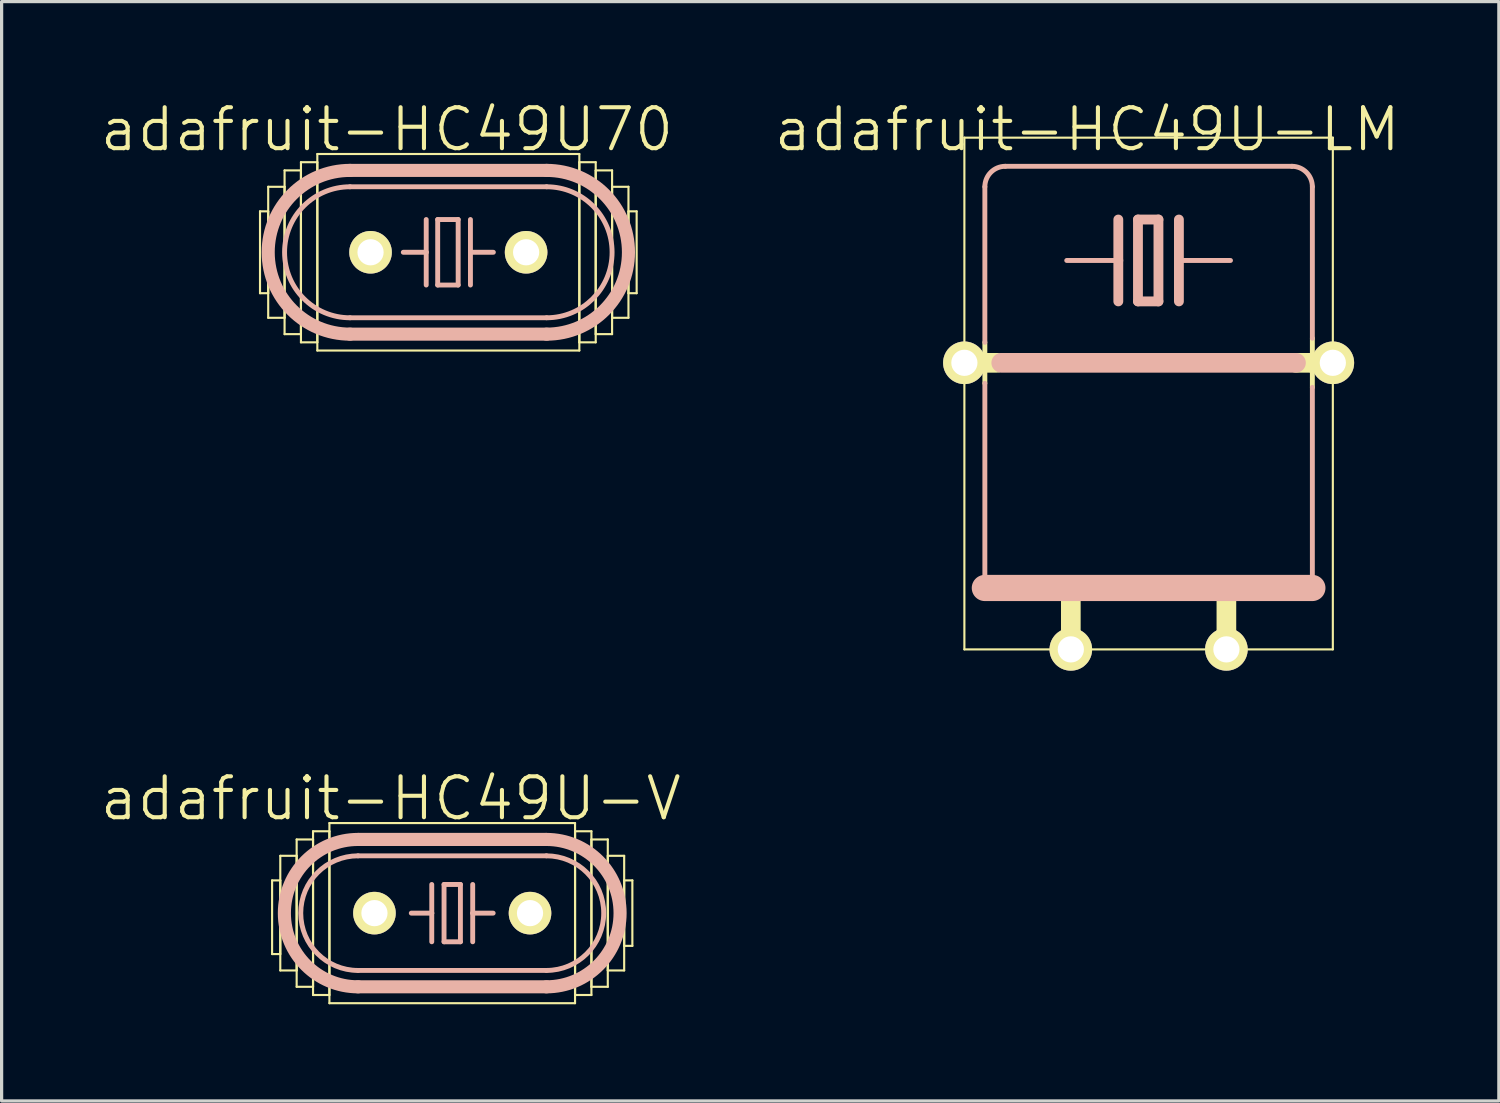
<source format=kicad_pcb>
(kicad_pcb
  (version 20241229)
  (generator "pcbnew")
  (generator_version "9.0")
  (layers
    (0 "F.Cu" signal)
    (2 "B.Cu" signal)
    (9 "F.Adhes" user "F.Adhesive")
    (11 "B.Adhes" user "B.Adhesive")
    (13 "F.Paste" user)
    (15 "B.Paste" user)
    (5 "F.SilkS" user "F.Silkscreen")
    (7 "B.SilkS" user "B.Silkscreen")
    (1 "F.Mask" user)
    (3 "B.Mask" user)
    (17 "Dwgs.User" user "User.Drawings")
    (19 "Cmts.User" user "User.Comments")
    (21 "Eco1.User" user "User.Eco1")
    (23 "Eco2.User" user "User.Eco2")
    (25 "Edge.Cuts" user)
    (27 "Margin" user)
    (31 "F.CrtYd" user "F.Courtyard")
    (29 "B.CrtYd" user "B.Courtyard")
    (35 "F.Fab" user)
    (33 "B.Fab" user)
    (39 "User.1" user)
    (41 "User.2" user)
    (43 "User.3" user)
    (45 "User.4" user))
  (footprint "adafruit-HC49U-V"
    (layer "F.Cu")
    (at 10.979 25.277)
    (property "Reference" "adafruit-HC49U-V" (at -1.905 -3.556 0) (layer "F.SilkS") (effects (font (size 1.27 1.27) (thickness 0.127))))
    (attr exclude_from_pos_files exclude_from_bom)
    (fp_line (start -5.588 -1.016) (end -5.334 -1.016) (stroke (width 0.066) (type solid)) (layer "F.SilkS"))
    (fp_line (start -5.588 1.27) (end -5.588 -1.016) (stroke (width 0.066) (type solid)) (layer "F.SilkS"))
    (fp_line (start -5.588 1.27) (end -5.334 1.27) (stroke (width 0.066) (type solid)) (layer "F.SilkS"))
    (fp_line (start -5.334 -1.778) (end -4.826 -1.778) (stroke (width 0.066) (type solid)) (layer "F.SilkS"))
    (fp_line (start -5.334 1.27) (end -5.334 -1.016) (stroke (width 0.066) (type solid)) (layer "F.SilkS"))
    (fp_line (start -5.334 1.778) (end -5.334 -1.778) (stroke (width 0.066) (type solid)) (layer "F.SilkS"))
    (fp_line (start -5.334 1.778) (end -4.826 1.778) (stroke (width 0.066) (type solid)) (layer "F.SilkS"))
    (fp_line (start -4.826 -2.286) (end -4.318 -2.286) (stroke (width 0.066) (type solid)) (layer "F.SilkS"))
    (fp_line (start -4.826 1.778) (end -4.826 -1.778) (stroke (width 0.066) (type solid)) (layer "F.SilkS"))
    (fp_line (start -4.826 2.286) (end -4.826 -2.286) (stroke (width 0.066) (type solid)) (layer "F.SilkS"))
    (fp_line (start -4.826 2.286) (end -4.318 2.286) (stroke (width 0.066) (type solid)) (layer "F.SilkS"))
    (fp_line (start -4.318 -2.54) (end -3.81 -2.54) (stroke (width 0.066) (type solid)) (layer "F.SilkS"))
    (fp_line (start -4.318 2.286) (end -4.318 -2.286) (stroke (width 0.066) (type solid)) (layer "F.SilkS"))
    (fp_line (start -4.318 2.54) (end -4.318 -2.54) (stroke (width 0.066) (type solid)) (layer "F.SilkS"))
    (fp_line (start -4.318 2.54) (end -3.81 2.54) (stroke (width 0.066) (type solid)) (layer "F.SilkS"))
    (fp_line (start -3.81 -2.794) (end 3.81 -2.794) (stroke (width 0.066) (type solid)) (layer "F.SilkS"))
    (fp_line (start -3.81 2.54) (end -3.81 -2.54) (stroke (width 0.066) (type solid)) (layer "F.SilkS"))
    (fp_line (start -3.81 2.794) (end -3.81 -2.794) (stroke (width 0.066) (type solid)) (layer "F.SilkS"))
    (fp_line (start -3.81 2.794) (end 3.81 2.794) (stroke (width 0.066) (type solid)) (layer "F.SilkS"))
    (fp_line (start 3.81 -2.54) (end 4.318 -2.54) (stroke (width 0.066) (type solid)) (layer "F.SilkS"))
    (fp_line (start 3.81 2.54) (end 3.81 -2.54) (stroke (width 0.066) (type solid)) (layer "F.SilkS"))
    (fp_line (start 3.81 2.54) (end 4.318 2.54) (stroke (width 0.066) (type solid)) (layer "F.SilkS"))
    (fp_line (start 3.81 2.794) (end 3.81 -2.794) (stroke (width 0.066) (type solid)) (layer "F.SilkS"))
    (fp_line (start 4.318 -2.286) (end 4.826 -2.286) (stroke (width 0.066) (type solid)) (layer "F.SilkS"))
    (fp_line (start 4.318 2.286) (end 4.318 -2.286) (stroke (width 0.066) (type solid)) (layer "F.SilkS"))
    (fp_line (start 4.318 2.286) (end 4.826 2.286) (stroke (width 0.066) (type solid)) (layer "F.SilkS"))
    (fp_line (start 4.318 2.54) (end 4.318 -2.54) (stroke (width 0.066) (type solid)) (layer "F.SilkS"))
    (fp_line (start 4.826 -1.778) (end 5.334 -1.778) (stroke (width 0.066) (type solid)) (layer "F.SilkS"))
    (fp_line (start 4.826 1.778) (end 4.826 -1.778) (stroke (width 0.066) (type solid)) (layer "F.SilkS"))
    (fp_line (start 4.826 1.778) (end 5.334 1.778) (stroke (width 0.066) (type solid)) (layer "F.SilkS"))
    (fp_line (start 4.826 2.286) (end 4.826 -2.286) (stroke (width 0.066) (type solid)) (layer "F.SilkS"))
    (fp_line (start 5.334 -1.016) (end 5.588 -1.016) (stroke (width 0.066) (type solid)) (layer "F.SilkS"))
    (fp_line (start 5.334 1.016) (end 5.334 -1.016) (stroke (width 0.066) (type solid)) (layer "F.SilkS"))
    (fp_line (start 5.334 1.016) (end 5.588 1.016) (stroke (width 0.066) (type solid)) (layer "F.SilkS"))
    (fp_line (start 5.334 1.778) (end 5.334 -1.778) (stroke (width 0.066) (type solid)) (layer "F.SilkS"))
    (fp_line (start 5.588 1.016) (end 5.588 -1.016) (stroke (width 0.066) (type solid)) (layer "F.SilkS"))
    (fp_line (start -2.921 -2.286) (end 2.921 -2.286) (stroke (width 0.406) (type solid)) (layer "B.SilkS"))
    (fp_line (start -2.921 1.778) (end 2.921 1.778) (stroke (width 0.152) (type solid)) (layer "B.SilkS"))
    (fp_line (start -2.921 2.286) (end 2.921 2.286) (stroke (width 0.406) (type solid)) (layer "B.SilkS"))
    (fp_line (start -0.635 -0.889) (end -0.635 0) (stroke (width 0.152) (type solid)) (layer "B.SilkS"))
    (fp_line (start -0.635 0) (end -1.27 0) (stroke (width 0.152) (type solid)) (layer "B.SilkS"))
    (fp_line (start -0.635 0) (end -0.635 0.889) (stroke (width 0.152) (type solid)) (layer "B.SilkS"))
    (fp_line (start -0.254 -0.889) (end 0.254 -0.889) (stroke (width 0.152) (type solid)) (layer "B.SilkS"))
    (fp_line (start -0.254 0.889) (end -0.254 -0.889) (stroke (width 0.152) (type solid)) (layer "B.SilkS"))
    (fp_line (start 0.254 -0.889) (end 0.254 0.889) (stroke (width 0.152) (type solid)) (layer "B.SilkS"))
    (fp_line (start 0.254 0.889) (end -0.254 0.889) (stroke (width 0.152) (type solid)) (layer "B.SilkS"))
    (fp_line (start 0.635 -0.889) (end 0.635 0) (stroke (width 0.152) (type solid)) (layer "B.SilkS"))
    (fp_line (start 0.635 0) (end 0.635 0.889) (stroke (width 0.152) (type solid)) (layer "B.SilkS"))
    (fp_line (start 0.635 0) (end 1.27 0) (stroke (width 0.152) (type solid)) (layer "B.SilkS"))
    (fp_line (start 2.921 -1.778) (end -2.921 -1.778) (stroke (width 0.152) (type solid)) (layer "B.SilkS"))
    (fp_arc (start -2.921 1.778) (mid -4.699 0) (end -2.921 -1.778) (stroke (width 0.1524) (type solid)) (layer "B.SilkS"))
    (fp_arc (start -2.921 2.286) (mid -5.207 0) (end -2.921 -2.286) (stroke (width 0.4064) (type solid)) (layer "B.SilkS"))
    (fp_arc (start 2.921 -2.286) (mid 5.207 0) (end 2.921 2.286) (stroke (width 0.4064) (type solid)) (layer "B.SilkS"))
    (fp_arc (start 2.921 -1.778) (mid 4.699 0) (end 2.921 1.778) (stroke (width 0.1524) (type solid)) (layer "B.SilkS"))
    (pad "1" thru_hole circle (at -2.413 0) (size 1.321 1.321) (drill 0.813) (layers "*.Cu" "F.Mask" "F.SilkS" "F.Paste"))
    (pad "2" thru_hole circle (at 2.413 0) (size 1.321 1.321) (drill 0.813) (layers "*.Cu" "F.Mask" "F.SilkS" "F.Paste")))
  (footprint "adafruit-HC49U-LM"
    (layer "F.Cu")
    (at 32.582 12.015)
    (property "Reference" "adafruit-HC49U-LM" (at -1.905 -11.049 0) (layer "F.SilkS") (effects (font (size 1.27 1.27) (thickness 0.127))))
    (attr exclude_from_pos_files exclude_from_bom)
    (fp_line (start -5.715 -10.795) (end 5.715 -10.795) (stroke (width 0.066) (type solid)) (layer "F.SilkS"))
    (fp_line (start -5.715 5.08) (end -5.715 -10.795) (stroke (width 0.066) (type solid)) (layer "F.SilkS"))
    (fp_line (start -5.715 5.08) (end 5.715 5.08) (stroke (width 0.066) (type solid)) (layer "F.SilkS"))
    (fp_line (start -5.08 -4.445) (end -5.08 -3.175) (stroke (width 0.152) (type solid)) (layer "F.SilkS"))
    (fp_line (start -4.699 -3.81) (end -5.715 -3.81) (stroke (width 0.61) (type solid)) (layer "F.SilkS"))
    (fp_line (start -2.413 3.302) (end -2.413 5.08) (stroke (width 0.61) (type solid)) (layer "F.SilkS"))
    (fp_line (start 2.413 3.302) (end 2.413 5.08) (stroke (width 0.61) (type solid)) (layer "F.SilkS"))
    (fp_line (start 4.572 -3.81) (end 5.08 -3.81) (stroke (width 0.61) (type solid)) (layer "F.SilkS"))
    (fp_line (start 5.08 -3.81) (end 5.08 -4.572) (stroke (width 0.152) (type solid)) (layer "F.SilkS"))
    (fp_line (start 5.08 -3.81) (end 5.08 -3.048) (stroke (width 0.152) (type solid)) (layer "F.SilkS"))
    (fp_line (start 5.08 -3.81) (end 5.715 -3.81) (stroke (width 0.61) (type solid)) (layer "F.SilkS"))
    (fp_line (start 5.715 5.08) (end 5.715 -10.795) (stroke (width 0.066) (type solid)) (layer "F.SilkS"))
    (fp_line (start -5.08 -4.445) (end -5.08 -9.271) (stroke (width 0.152) (type solid)) (layer "B.SilkS"))
    (fp_line (start -5.08 -3.175) (end -5.08 3.175) (stroke (width 0.152) (type solid)) (layer "B.SilkS"))
    (fp_line (start -5.08 3.175) (end 5.08 3.175) (stroke (width 0.813) (type solid)) (layer "B.SilkS"))
    (fp_line (start -4.572 -3.81) (end 4.572 -3.81) (stroke (width 0.61) (type solid)) (layer "B.SilkS"))
    (fp_line (start -0.94 -8.255) (end -0.94 -6.985) (stroke (width 0.305) (type solid)) (layer "B.SilkS"))
    (fp_line (start -0.94 -6.985) (end -2.54 -6.985) (stroke (width 0.152) (type solid)) (layer "B.SilkS"))
    (fp_line (start -0.94 -6.985) (end -0.94 -5.715) (stroke (width 0.305) (type solid)) (layer "B.SilkS"))
    (fp_line (start -0.33 -8.255) (end -0.33 -5.715) (stroke (width 0.305) (type solid)) (layer "B.SilkS"))
    (fp_line (start -0.33 -5.715) (end 0.305 -5.715) (stroke (width 0.305) (type solid)) (layer "B.SilkS"))
    (fp_line (start 0.305 -8.255) (end -0.33 -8.255) (stroke (width 0.305) (type solid)) (layer "B.SilkS"))
    (fp_line (start 0.305 -5.715) (end 0.305 -8.255) (stroke (width 0.305) (type solid)) (layer "B.SilkS"))
    (fp_line (start 0.94 -8.255) (end 0.94 -6.985) (stroke (width 0.305) (type solid)) (layer "B.SilkS"))
    (fp_line (start 0.94 -6.985) (end 0.94 -5.715) (stroke (width 0.305) (type solid)) (layer "B.SilkS"))
    (fp_line (start 0.94 -6.985) (end 2.54 -6.985) (stroke (width 0.152) (type solid)) (layer "B.SilkS"))
    (fp_line (start 4.445 -9.906) (end -4.445 -9.906) (stroke (width 0.152) (type solid)) (layer "B.SilkS"))
    (fp_line (start 5.08 -4.572) (end 5.08 -9.271) (stroke (width 0.152) (type solid)) (layer "B.SilkS"))
    (fp_line (start 5.08 -3.048) (end 5.08 3.175) (stroke (width 0.152) (type solid)) (layer "B.SilkS"))
    (fp_arc (start -5.08 -9.271) (mid -4.894013 -9.720013) (end -4.445 -9.906) (stroke (width 0.1524) (type solid)) (layer "B.SilkS"))
    (fp_arc (start 4.445 -9.906) (mid 4.894013 -9.720013) (end 5.08 -9.271) (stroke (width 0.1524) (type solid)) (layer "B.SilkS"))
    (pad "1" thru_hole circle (at -2.413 5.08) (size 1.321 1.321) (drill 0.813) (layers "*.Cu" "F.Mask" "F.SilkS" "F.Paste"))
    (pad "2" thru_hole circle (at 2.413 5.08) (size 1.321 1.321) (drill 0.813) (layers "*.Cu" "F.Mask" "F.SilkS" "F.Paste"))
    (pad "M" thru_hole circle (at -5.715 -3.81) (size 1.321 1.321) (drill 0.813) (layers "*.Cu" "F.Mask" "F.SilkS" "F.Paste"))
    (pad "M1" thru_hole circle (at 5.715 -3.81) (size 1.321 1.321) (drill 0.813) (layers "*.Cu" "F.Mask" "F.SilkS" "F.Paste")))
  (footprint "adafruit-HC49U70"
    (layer "F.Cu")
    (at 10.858 4.776)
    (property "Reference" "adafruit-HC49U70" (at -1.905 -3.81 0) (layer "F.SilkS") (effects (font (size 1.27 1.27) (thickness 0.127))))
    (attr exclude_from_pos_files exclude_from_bom)
    (fp_line (start -5.842 -1.27) (end -5.588 -1.27) (stroke (width 0.066) (type solid)) (layer "F.SilkS"))
    (fp_line (start -5.842 1.27) (end -5.842 -1.27) (stroke (width 0.066) (type solid)) (layer "F.SilkS"))
    (fp_line (start -5.842 1.27) (end -5.588 1.27) (stroke (width 0.066) (type solid)) (layer "F.SilkS"))
    (fp_line (start -5.588 -2.032) (end -5.08 -2.032) (stroke (width 0.066) (type solid)) (layer "F.SilkS"))
    (fp_line (start -5.588 1.27) (end -5.588 -1.27) (stroke (width 0.066) (type solid)) (layer "F.SilkS"))
    (fp_line (start -5.588 2.032) (end -5.588 -2.032) (stroke (width 0.066) (type solid)) (layer "F.SilkS"))
    (fp_line (start -5.588 2.032) (end -5.08 2.032) (stroke (width 0.066) (type solid)) (layer "F.SilkS"))
    (fp_line (start -5.08 -2.54) (end -4.572 -2.54) (stroke (width 0.066) (type solid)) (layer "F.SilkS"))
    (fp_line (start -5.08 2.032) (end -5.08 -2.032) (stroke (width 0.066) (type solid)) (layer "F.SilkS"))
    (fp_line (start -5.08 2.54) (end -5.08 -2.54) (stroke (width 0.066) (type solid)) (layer "F.SilkS"))
    (fp_line (start -5.08 2.54) (end -4.572 2.54) (stroke (width 0.066) (type solid)) (layer "F.SilkS"))
    (fp_line (start -4.572 -2.794) (end -4.064 -2.794) (stroke (width 0.066) (type solid)) (layer "F.SilkS"))
    (fp_line (start -4.572 2.54) (end -4.572 -2.54) (stroke (width 0.066) (type solid)) (layer "F.SilkS"))
    (fp_line (start -4.572 2.794) (end -4.572 -2.794) (stroke (width 0.066) (type solid)) (layer "F.SilkS"))
    (fp_line (start -4.572 2.794) (end -4.064 2.794) (stroke (width 0.066) (type solid)) (layer "F.SilkS"))
    (fp_line (start -4.064 -3.048) (end 4.064 -3.048) (stroke (width 0.066) (type solid)) (layer "F.SilkS"))
    (fp_line (start -4.064 2.794) (end -4.064 -2.794) (stroke (width 0.066) (type solid)) (layer "F.SilkS"))
    (fp_line (start -4.064 3.048) (end -4.064 -3.048) (stroke (width 0.066) (type solid)) (layer "F.SilkS"))
    (fp_line (start -4.064 3.048) (end 4.064 3.048) (stroke (width 0.066) (type solid)) (layer "F.SilkS"))
    (fp_line (start 4.064 -2.794) (end 4.572 -2.794) (stroke (width 0.066) (type solid)) (layer "F.SilkS"))
    (fp_line (start 4.064 2.794) (end 4.064 -2.794) (stroke (width 0.066) (type solid)) (layer "F.SilkS"))
    (fp_line (start 4.064 2.794) (end 4.572 2.794) (stroke (width 0.066) (type solid)) (layer "F.SilkS"))
    (fp_line (start 4.064 3.048) (end 4.064 -3.048) (stroke (width 0.066) (type solid)) (layer "F.SilkS"))
    (fp_line (start 4.572 -2.54) (end 5.08 -2.54) (stroke (width 0.066) (type solid)) (layer "F.SilkS"))
    (fp_line (start 4.572 2.54) (end 4.572 -2.54) (stroke (width 0.066) (type solid)) (layer "F.SilkS"))
    (fp_line (start 4.572 2.54) (end 5.08 2.54) (stroke (width 0.066) (type solid)) (layer "F.SilkS"))
    (fp_line (start 4.572 2.794) (end 4.572 -2.794) (stroke (width 0.066) (type solid)) (layer "F.SilkS"))
    (fp_line (start 5.08 -2.032) (end 5.588 -2.032) (stroke (width 0.066) (type solid)) (layer "F.SilkS"))
    (fp_line (start 5.08 2.032) (end 5.08 -2.032) (stroke (width 0.066) (type solid)) (layer "F.SilkS"))
    (fp_line (start 5.08 2.032) (end 5.588 2.032) (stroke (width 0.066) (type solid)) (layer "F.SilkS"))
    (fp_line (start 5.08 2.54) (end 5.08 -2.54) (stroke (width 0.066) (type solid)) (layer "F.SilkS"))
    (fp_line (start 5.588 -1.27) (end 5.842 -1.27) (stroke (width 0.066) (type solid)) (layer "F.SilkS"))
    (fp_line (start 5.588 1.27) (end 5.588 -1.27) (stroke (width 0.066) (type solid)) (layer "F.SilkS"))
    (fp_line (start 5.588 1.27) (end 5.842 1.27) (stroke (width 0.066) (type solid)) (layer "F.SilkS"))
    (fp_line (start 5.588 2.032) (end 5.588 -2.032) (stroke (width 0.066) (type solid)) (layer "F.SilkS"))
    (fp_line (start 5.842 1.27) (end 5.842 -1.27) (stroke (width 0.066) (type solid)) (layer "F.SilkS"))
    (fp_line (start -3.048 -2.54) (end 3.048 -2.54) (stroke (width 0.406) (type solid)) (layer "B.SilkS"))
    (fp_line (start -3.048 2.032) (end 3.048 2.032) (stroke (width 0.152) (type solid)) (layer "B.SilkS"))
    (fp_line (start -3.048 2.54) (end 3.048 2.54) (stroke (width 0.406) (type solid)) (layer "B.SilkS"))
    (fp_line (start -0.686 -1.016) (end -0.686 0) (stroke (width 0.152) (type solid)) (layer "B.SilkS"))
    (fp_line (start -0.686 0) (end -1.397 0) (stroke (width 0.152) (type solid)) (layer "B.SilkS"))
    (fp_line (start -0.686 0) (end -0.686 1.016) (stroke (width 0.152) (type solid)) (layer "B.SilkS"))
    (fp_line (start -0.33 -1.016) (end -0.33 1.016) (stroke (width 0.152) (type solid)) (layer "B.SilkS"))
    (fp_line (start -0.33 1.016) (end 0.305 1.016) (stroke (width 0.152) (type solid)) (layer "B.SilkS"))
    (fp_line (start 0.305 -1.016) (end -0.33 -1.016) (stroke (width 0.152) (type solid)) (layer "B.SilkS"))
    (fp_line (start 0.305 1.016) (end 0.305 -1.016) (stroke (width 0.152) (type solid)) (layer "B.SilkS"))
    (fp_line (start 0.686 -1.016) (end 0.686 0) (stroke (width 0.152) (type solid)) (layer "B.SilkS"))
    (fp_line (start 0.686 0) (end 0.686 1.016) (stroke (width 0.152) (type solid)) (layer "B.SilkS"))
    (fp_line (start 0.686 0) (end 1.397 0) (stroke (width 0.152) (type solid)) (layer "B.SilkS"))
    (fp_line (start 3.048 -2.032) (end -3.048 -2.032) (stroke (width 0.152) (type solid)) (layer "B.SilkS"))
    (fp_arc (start -3.048 2.032) (mid -5.08 0) (end -3.048 -2.032) (stroke (width 0.1524) (type solid)) (layer "B.SilkS"))
    (fp_arc (start -3.048 2.54) (mid -5.588 0) (end -3.048 -2.54) (stroke (width 0.4064) (type solid)) (layer "B.SilkS"))
    (fp_arc (start 3.048 -2.54) (mid 5.588 0) (end 3.048 2.54) (stroke (width 0.4064) (type solid)) (layer "B.SilkS"))
    (fp_arc (start 3.048 -2.032) (mid 5.08 0) (end 3.048 2.032) (stroke (width 0.1524) (type solid)) (layer "B.SilkS"))
    (pad "1" thru_hole circle (at -2.413 0) (size 1.321 1.321) (drill 0.813) (layers "*.Cu" "F.Mask" "F.SilkS" "F.Paste"))
    (pad "2" thru_hole circle (at 2.413 0) (size 1.321 1.321) (drill 0.813) (layers "*.Cu" "F.Mask" "F.SilkS" "F.Paste")))
  (gr_rect
    (start -3 -3)
    (end 43.447 31.104)
    (stroke (width 0.1) (type default))
    (fill no)
    (layer "Edge.Cuts")))
</source>
